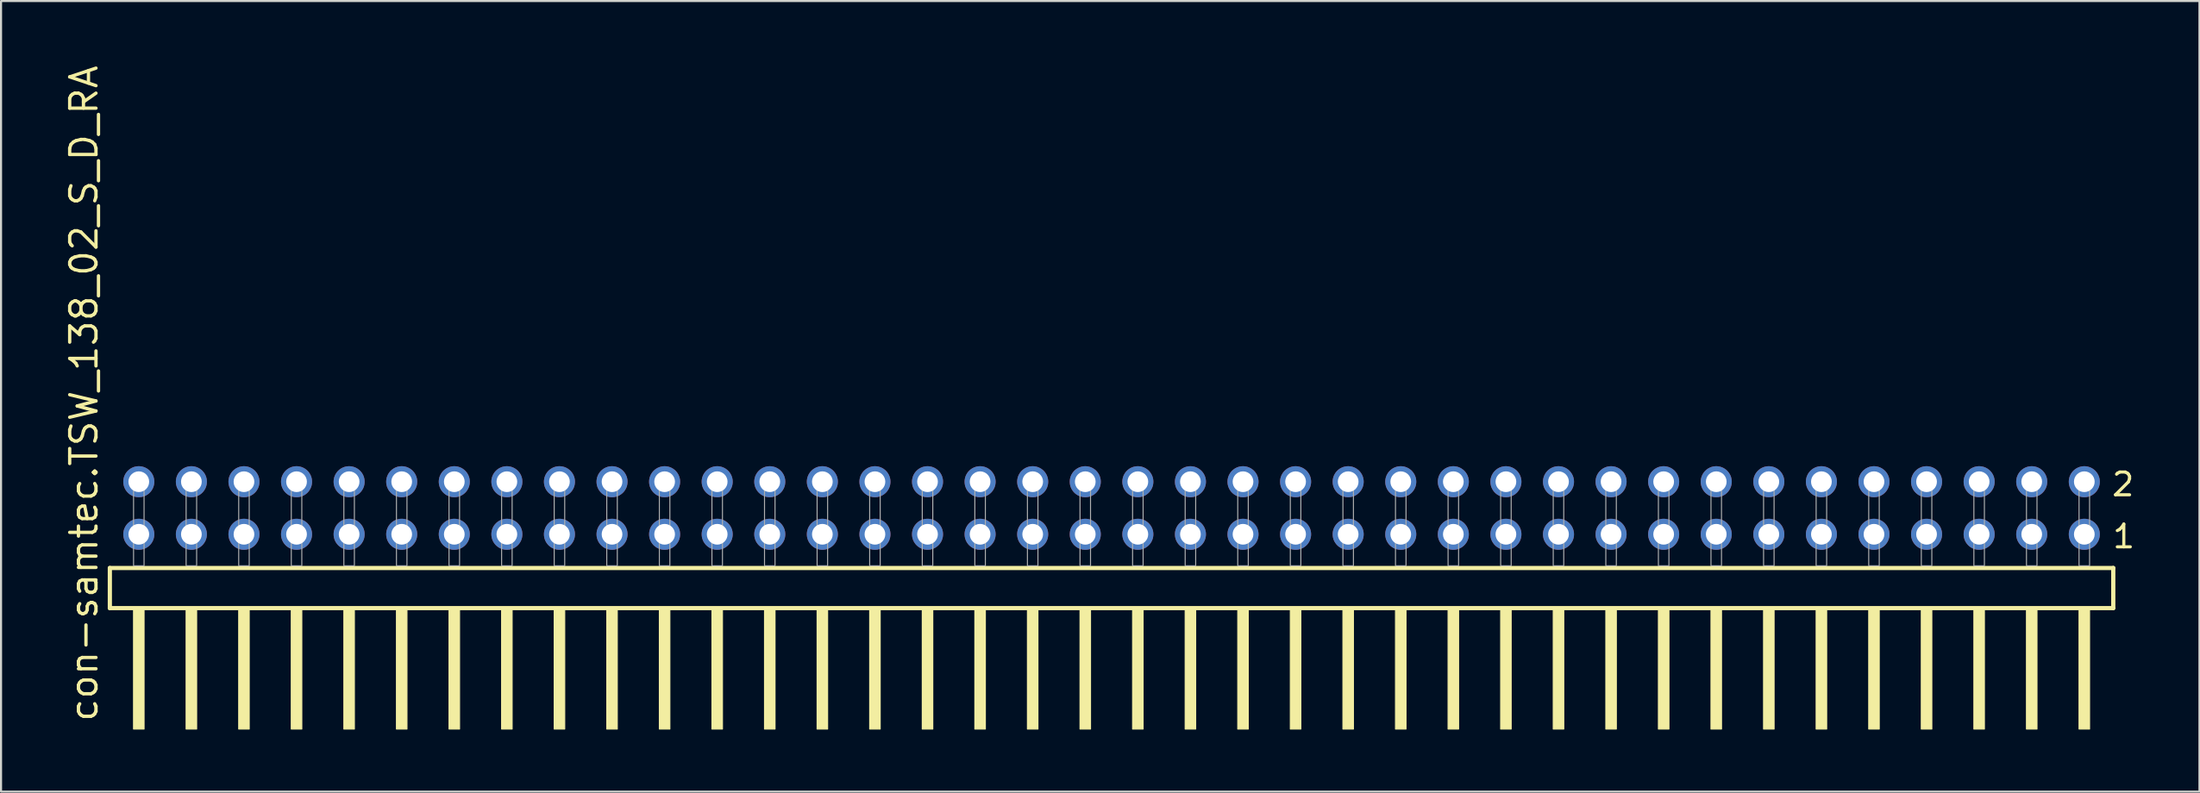
<source format=kicad_pcb>
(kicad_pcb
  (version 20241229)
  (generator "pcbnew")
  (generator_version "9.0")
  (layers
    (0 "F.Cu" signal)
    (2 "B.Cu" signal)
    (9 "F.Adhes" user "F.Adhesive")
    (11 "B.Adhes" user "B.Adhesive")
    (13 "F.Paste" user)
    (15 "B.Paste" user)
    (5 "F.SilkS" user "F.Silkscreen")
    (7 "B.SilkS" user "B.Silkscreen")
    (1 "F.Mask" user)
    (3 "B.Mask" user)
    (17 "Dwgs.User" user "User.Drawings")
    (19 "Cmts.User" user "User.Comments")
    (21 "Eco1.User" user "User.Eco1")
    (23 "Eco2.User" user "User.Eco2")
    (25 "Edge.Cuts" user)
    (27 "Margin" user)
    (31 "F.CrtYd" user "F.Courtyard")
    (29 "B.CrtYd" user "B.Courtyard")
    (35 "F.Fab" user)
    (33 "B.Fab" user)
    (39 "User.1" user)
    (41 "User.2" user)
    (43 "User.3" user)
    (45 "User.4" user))
  (footprint "con-samtec.TSW_138_02_S_D_RA"
    (layer "F.Cu")
    (at 50.645 24.296)
    (property "Reference" "con-samtec.TSW_138_02_S_D_RA" (at -48.895 7.62 90) (layer "F.SilkS") (effects (font (size 1.27 1.27) (thickness 0.16)) (justify left bottom)))
    (attr through_hole)
    (fp_line (start -48.389 0.106) (end -48.389 2.046) (stroke (width 0.203) (type default)) (layer "F.SilkS"))
    (fp_line (start -48.389 2.046) (end 48.389 2.046) (stroke (width 0.203) (type default)) (layer "F.SilkS"))
    (fp_line (start 48.389 0.106) (end -48.389 0.106) (stroke (width 0.203) (type default)) (layer "F.SilkS"))
    (fp_line (start 48.389 2.046) (end 48.389 0.106) (stroke (width 0.203) (type default)) (layer "F.SilkS"))
    (fp_rect (start -47.244 7.89) (end -46.736 2.04) (stroke (width 0.05) (type default)) (fill yes) (layer "F.SilkS"))
    (fp_rect (start -44.704 7.89) (end -44.196 2.04) (stroke (width 0.05) (type default)) (fill yes) (layer "F.SilkS"))
    (fp_rect (start -42.164 7.89) (end -41.656 2.04) (stroke (width 0.05) (type default)) (fill yes) (layer "F.SilkS"))
    (fp_rect (start -39.624 7.89) (end -39.116 2.04) (stroke (width 0.05) (type default)) (fill yes) (layer "F.SilkS"))
    (fp_rect (start -37.084 7.89) (end -36.576 2.04) (stroke (width 0.05) (type default)) (fill yes) (layer "F.SilkS"))
    (fp_rect (start -34.544 7.89) (end -34.036 2.04) (stroke (width 0.05) (type default)) (fill yes) (layer "F.SilkS"))
    (fp_rect (start -32.004 7.89) (end -31.496 2.04) (stroke (width 0.05) (type default)) (fill yes) (layer "F.SilkS"))
    (fp_rect (start -29.464 7.89) (end -28.956 2.04) (stroke (width 0.05) (type default)) (fill yes) (layer "F.SilkS"))
    (fp_rect (start -26.924 7.89) (end -26.416 2.04) (stroke (width 0.05) (type default)) (fill yes) (layer "F.SilkS"))
    (fp_rect (start -24.384 7.89) (end -23.876 2.04) (stroke (width 0.05) (type default)) (fill yes) (layer "F.SilkS"))
    (fp_rect (start -21.844 7.89) (end -21.336 2.04) (stroke (width 0.05) (type default)) (fill yes) (layer "F.SilkS"))
    (fp_rect (start -19.304 7.89) (end -18.796 2.04) (stroke (width 0.05) (type default)) (fill yes) (layer "F.SilkS"))
    (fp_rect (start -16.764 7.89) (end -16.256 2.04) (stroke (width 0.05) (type default)) (fill yes) (layer "F.SilkS"))
    (fp_rect (start -14.224 7.89) (end -13.716 2.04) (stroke (width 0.05) (type default)) (fill yes) (layer "F.SilkS"))
    (fp_rect (start -11.684 7.89) (end -11.176 2.04) (stroke (width 0.05) (type default)) (fill yes) (layer "F.SilkS"))
    (fp_rect (start -9.144 7.89) (end -8.636 2.04) (stroke (width 0.05) (type default)) (fill yes) (layer "F.SilkS"))
    (fp_rect (start -6.604 7.89) (end -6.096 2.04) (stroke (width 0.05) (type default)) (fill yes) (layer "F.SilkS"))
    (fp_rect (start -4.064 7.89) (end -3.556 2.04) (stroke (width 0.05) (type default)) (fill yes) (layer "F.SilkS"))
    (fp_rect (start -1.524 7.89) (end -1.016 2.04) (stroke (width 0.05) (type default)) (fill yes) (layer "F.SilkS"))
    (fp_rect (start 1.016 7.89) (end 1.524 2.04) (stroke (width 0.05) (type default)) (fill yes) (layer "F.SilkS"))
    (fp_rect (start 3.556 7.89) (end 4.064 2.04) (stroke (width 0.05) (type default)) (fill yes) (layer "F.SilkS"))
    (fp_rect (start 6.096 7.89) (end 6.604 2.04) (stroke (width 0.05) (type default)) (fill yes) (layer "F.SilkS"))
    (fp_rect (start 8.636 7.89) (end 9.144 2.04) (stroke (width 0.05) (type default)) (fill yes) (layer "F.SilkS"))
    (fp_rect (start 11.176 7.89) (end 11.684 2.04) (stroke (width 0.05) (type default)) (fill yes) (layer "F.SilkS"))
    (fp_rect (start 13.716 7.89) (end 14.224 2.04) (stroke (width 0.05) (type default)) (fill yes) (layer "F.SilkS"))
    (fp_rect (start 16.256 7.89) (end 16.764 2.04) (stroke (width 0.05) (type default)) (fill yes) (layer "F.SilkS"))
    (fp_rect (start 18.796 7.89) (end 19.304 2.04) (stroke (width 0.05) (type default)) (fill yes) (layer "F.SilkS"))
    (fp_rect (start 21.336 7.89) (end 21.844 2.04) (stroke (width 0.05) (type default)) (fill yes) (layer "F.SilkS"))
    (fp_rect (start 23.876 7.89) (end 24.384 2.04) (stroke (width 0.05) (type default)) (fill yes) (layer "F.SilkS"))
    (fp_rect (start 26.416 7.89) (end 26.924 2.04) (stroke (width 0.05) (type default)) (fill yes) (layer "F.SilkS"))
    (fp_rect (start 28.956 7.89) (end 29.464 2.04) (stroke (width 0.05) (type default)) (fill yes) (layer "F.SilkS"))
    (fp_rect (start 31.496 7.89) (end 32.004 2.04) (stroke (width 0.05) (type default)) (fill yes) (layer "F.SilkS"))
    (fp_rect (start 34.036 7.89) (end 34.544 2.04) (stroke (width 0.05) (type default)) (fill yes) (layer "F.SilkS"))
    (fp_rect (start 36.576 7.89) (end 37.084 2.04) (stroke (width 0.05) (type default)) (fill yes) (layer "F.SilkS"))
    (fp_rect (start 39.116 7.89) (end 39.624 2.04) (stroke (width 0.05) (type default)) (fill yes) (layer "F.SilkS"))
    (fp_rect (start 41.656 7.89) (end 42.164 2.04) (stroke (width 0.05) (type default)) (fill yes) (layer "F.SilkS"))
    (fp_rect (start 44.196 7.89) (end 44.704 2.04) (stroke (width 0.05) (type default)) (fill yes) (layer "F.SilkS"))
    (fp_rect (start 46.736 7.89) (end 47.244 2.04) (stroke (width 0.05) (type default)) (fill yes) (layer "F.SilkS"))
    (fp_rect (start -47.244 0) (end -46.736 -4.318) (stroke (width 0.05) (type default)) (fill no) (layer "F.Fab"))
    (fp_rect (start -44.704 0) (end -44.196 -4.318) (stroke (width 0.05) (type default)) (fill no) (layer "F.Fab"))
    (fp_rect (start -42.164 0) (end -41.656 -4.318) (stroke (width 0.05) (type default)) (fill no) (layer "F.Fab"))
    (fp_rect (start -39.624 0) (end -39.116 -4.318) (stroke (width 0.05) (type default)) (fill no) (layer "F.Fab"))
    (fp_rect (start -37.084 0) (end -36.576 -4.318) (stroke (width 0.05) (type default)) (fill no) (layer "F.Fab"))
    (fp_rect (start -34.544 0) (end -34.036 -4.318) (stroke (width 0.05) (type default)) (fill no) (layer "F.Fab"))
    (fp_rect (start -32.004 0) (end -31.496 -4.318) (stroke (width 0.05) (type default)) (fill no) (layer "F.Fab"))
    (fp_rect (start -29.464 0) (end -28.956 -4.318) (stroke (width 0.05) (type default)) (fill no) (layer "F.Fab"))
    (fp_rect (start -26.924 0) (end -26.416 -4.318) (stroke (width 0.05) (type default)) (fill no) (layer "F.Fab"))
    (fp_rect (start -24.384 0) (end -23.876 -4.318) (stroke (width 0.05) (type default)) (fill no) (layer "F.Fab"))
    (fp_rect (start -21.844 0) (end -21.336 -4.318) (stroke (width 0.05) (type default)) (fill no) (layer "F.Fab"))
    (fp_rect (start -19.304 0) (end -18.796 -4.318) (stroke (width 0.05) (type default)) (fill no) (layer "F.Fab"))
    (fp_rect (start -16.764 0) (end -16.256 -4.318) (stroke (width 0.05) (type default)) (fill no) (layer "F.Fab"))
    (fp_rect (start -14.224 0) (end -13.716 -4.318) (stroke (width 0.05) (type default)) (fill no) (layer "F.Fab"))
    (fp_rect (start -11.684 0) (end -11.176 -4.318) (stroke (width 0.05) (type default)) (fill no) (layer "F.Fab"))
    (fp_rect (start -9.144 0) (end -8.636 -4.318) (stroke (width 0.05) (type default)) (fill no) (layer "F.Fab"))
    (fp_rect (start -6.604 0) (end -6.096 -4.318) (stroke (width 0.05) (type default)) (fill no) (layer "F.Fab"))
    (fp_rect (start -4.064 0) (end -3.556 -4.318) (stroke (width 0.05) (type default)) (fill no) (layer "F.Fab"))
    (fp_rect (start -1.524 0) (end -1.016 -4.318) (stroke (width 0.05) (type default)) (fill no) (layer "F.Fab"))
    (fp_rect (start 1.016 0) (end 1.524 -4.318) (stroke (width 0.05) (type default)) (fill no) (layer "F.Fab"))
    (fp_rect (start 3.556 0) (end 4.064 -4.318) (stroke (width 0.05) (type default)) (fill no) (layer "F.Fab"))
    (fp_rect (start 6.096 0) (end 6.604 -4.318) (stroke (width 0.05) (type default)) (fill no) (layer "F.Fab"))
    (fp_rect (start 8.636 0) (end 9.144 -4.318) (stroke (width 0.05) (type default)) (fill no) (layer "F.Fab"))
    (fp_rect (start 11.176 0) (end 11.684 -4.318) (stroke (width 0.05) (type default)) (fill no) (layer "F.Fab"))
    (fp_rect (start 13.716 0) (end 14.224 -4.318) (stroke (width 0.05) (type default)) (fill no) (layer "F.Fab"))
    (fp_rect (start 16.256 0) (end 16.764 -4.318) (stroke (width 0.05) (type default)) (fill no) (layer "F.Fab"))
    (fp_rect (start 18.796 0) (end 19.304 -4.318) (stroke (width 0.05) (type default)) (fill no) (layer "F.Fab"))
    (fp_rect (start 21.336 0) (end 21.844 -4.318) (stroke (width 0.05) (type default)) (fill no) (layer "F.Fab"))
    (fp_rect (start 23.876 0) (end 24.384 -4.318) (stroke (width 0.05) (type default)) (fill no) (layer "F.Fab"))
    (fp_rect (start 26.416 0) (end 26.924 -4.318) (stroke (width 0.05) (type default)) (fill no) (layer "F.Fab"))
    (fp_rect (start 28.956 0) (end 29.464 -4.318) (stroke (width 0.05) (type default)) (fill no) (layer "F.Fab"))
    (fp_rect (start 31.496 0) (end 32.004 -4.318) (stroke (width 0.05) (type default)) (fill no) (layer "F.Fab"))
    (fp_rect (start 34.036 0) (end 34.544 -4.318) (stroke (width 0.05) (type default)) (fill no) (layer "F.Fab"))
    (fp_rect (start 36.576 0) (end 37.084 -4.318) (stroke (width 0.05) (type default)) (fill no) (layer "F.Fab"))
    (fp_rect (start 39.116 0) (end 39.624 -4.318) (stroke (width 0.05) (type default)) (fill no) (layer "F.Fab"))
    (fp_rect (start 41.656 0) (end 42.164 -4.318) (stroke (width 0.05) (type default)) (fill no) (layer "F.Fab"))
    (fp_rect (start 44.196 0) (end 44.704 -4.318) (stroke (width 0.05) (type default)) (fill no) (layer "F.Fab"))
    (fp_rect (start 46.736 0) (end 47.244 -4.318) (stroke (width 0.05) (type default)) (fill no) (layer "F.Fab"))
    (fp_text user "1" (at 48.275 -0.775 0) (layer "F.SilkS") (effects (font (size 1.1 1.1) (thickness 0.15)) (justify left bottom)))
    (fp_text user "2" (at 48.24 -3.29 0) (layer "F.SilkS") (effects (font (size 1.1 1.1) (thickness 0.15)) (justify left bottom)))
    (pad "1" thru_hole circle (at 46.99 -1.524 180) (size 1.5 1.5) (drill 1) (layers "*.Cu" "*.Mask"))
    (pad "2" thru_hole circle (at 46.99 -4.064 180) (size 1.5 1.5) (drill 1) (layers "*.Cu" "*.Mask"))
    (pad "3" thru_hole circle (at 44.45 -1.524 180) (size 1.5 1.5) (drill 1) (layers "*.Cu" "*.Mask"))
    (pad "4" thru_hole circle (at 44.45 -4.064 180) (size 1.5 1.5) (drill 1) (layers "*.Cu" "*.Mask"))
    (pad "5" thru_hole circle (at 41.91 -1.524 180) (size 1.5 1.5) (drill 1) (layers "*.Cu" "*.Mask"))
    (pad "6" thru_hole circle (at 41.91 -4.064 180) (size 1.5 1.5) (drill 1) (layers "*.Cu" "*.Mask"))
    (pad "7" thru_hole circle (at 39.37 -1.524 180) (size 1.5 1.5) (drill 1) (layers "*.Cu" "*.Mask"))
    (pad "8" thru_hole circle (at 39.37 -4.064 180) (size 1.5 1.5) (drill 1) (layers "*.Cu" "*.Mask"))
    (pad "9" thru_hole circle (at 36.83 -1.524 180) (size 1.5 1.5) (drill 1) (layers "*.Cu" "*.Mask"))
    (pad "10" thru_hole circle (at 36.83 -4.064 180) (size 1.5 1.5) (drill 1) (layers "*.Cu" "*.Mask"))
    (pad "11" thru_hole circle (at 34.29 -1.524 180) (size 1.5 1.5) (drill 1) (layers "*.Cu" "*.Mask"))
    (pad "12" thru_hole circle (at 34.29 -4.064 180) (size 1.5 1.5) (drill 1) (layers "*.Cu" "*.Mask"))
    (pad "13" thru_hole circle (at 31.75 -1.524 180) (size 1.5 1.5) (drill 1) (layers "*.Cu" "*.Mask"))
    (pad "14" thru_hole circle (at 31.75 -4.064 180) (size 1.5 1.5) (drill 1) (layers "*.Cu" "*.Mask"))
    (pad "15" thru_hole circle (at 29.21 -1.524 180) (size 1.5 1.5) (drill 1) (layers "*.Cu" "*.Mask"))
    (pad "16" thru_hole circle (at 29.21 -4.064 180) (size 1.5 1.5) (drill 1) (layers "*.Cu" "*.Mask"))
    (pad "17" thru_hole circle (at 26.67 -1.524 180) (size 1.5 1.5) (drill 1) (layers "*.Cu" "*.Mask"))
    (pad "18" thru_hole circle (at 26.67 -4.064 180) (size 1.5 1.5) (drill 1) (layers "*.Cu" "*.Mask"))
    (pad "19" thru_hole circle (at 24.13 -1.524 180) (size 1.5 1.5) (drill 1) (layers "*.Cu" "*.Mask"))
    (pad "20" thru_hole circle (at 24.13 -4.064 180) (size 1.5 1.5) (drill 1) (layers "*.Cu" "*.Mask"))
    (pad "21" thru_hole circle (at 21.59 -1.524 180) (size 1.5 1.5) (drill 1) (layers "*.Cu" "*.Mask"))
    (pad "22" thru_hole circle (at 21.59 -4.064 180) (size 1.5 1.5) (drill 1) (layers "*.Cu" "*.Mask"))
    (pad "23" thru_hole circle (at 19.05 -1.524 180) (size 1.5 1.5) (drill 1) (layers "*.Cu" "*.Mask"))
    (pad "24" thru_hole circle (at 19.05 -4.064 180) (size 1.5 1.5) (drill 1) (layers "*.Cu" "*.Mask"))
    (pad "25" thru_hole circle (at 16.51 -1.524 180) (size 1.5 1.5) (drill 1) (layers "*.Cu" "*.Mask"))
    (pad "26" thru_hole circle (at 16.51 -4.064 180) (size 1.5 1.5) (drill 1) (layers "*.Cu" "*.Mask"))
    (pad "27" thru_hole circle (at 13.97 -1.524 180) (size 1.5 1.5) (drill 1) (layers "*.Cu" "*.Mask"))
    (pad "28" thru_hole circle (at 13.97 -4.064 180) (size 1.5 1.5) (drill 1) (layers "*.Cu" "*.Mask"))
    (pad "29" thru_hole circle (at 11.43 -1.524 180) (size 1.5 1.5) (drill 1) (layers "*.Cu" "*.Mask"))
    (pad "30" thru_hole circle (at 11.43 -4.064 180) (size 1.5 1.5) (drill 1) (layers "*.Cu" "*.Mask"))
    (pad "31" thru_hole circle (at 8.89 -1.524 180) (size 1.5 1.5) (drill 1) (layers "*.Cu" "*.Mask"))
    (pad "32" thru_hole circle (at 8.89 -4.064 180) (size 1.5 1.5) (drill 1) (layers "*.Cu" "*.Mask"))
    (pad "33" thru_hole circle (at 6.35 -1.524 180) (size 1.5 1.5) (drill 1) (layers "*.Cu" "*.Mask"))
    (pad "34" thru_hole circle (at 6.35 -4.064 180) (size 1.5 1.5) (drill 1) (layers "*.Cu" "*.Mask"))
    (pad "35" thru_hole circle (at 3.81 -1.524 180) (size 1.5 1.5) (drill 1) (layers "*.Cu" "*.Mask"))
    (pad "36" thru_hole circle (at 3.81 -4.064 180) (size 1.5 1.5) (drill 1) (layers "*.Cu" "*.Mask"))
    (pad "37" thru_hole circle (at 1.27 -1.524 180) (size 1.5 1.5) (drill 1) (layers "*.Cu" "*.Mask"))
    (pad "38" thru_hole circle (at 1.27 -4.064 180) (size 1.5 1.5) (drill 1) (layers "*.Cu" "*.Mask"))
    (pad "39" thru_hole circle (at -1.27 -1.524 180) (size 1.5 1.5) (drill 1) (layers "*.Cu" "*.Mask"))
    (pad "40" thru_hole circle (at -1.27 -4.064 180) (size 1.5 1.5) (drill 1) (layers "*.Cu" "*.Mask"))
    (pad "41" thru_hole circle (at -3.81 -1.524 180) (size 1.5 1.5) (drill 1) (layers "*.Cu" "*.Mask"))
    (pad "42" thru_hole circle (at -3.81 -4.064 180) (size 1.5 1.5) (drill 1) (layers "*.Cu" "*.Mask"))
    (pad "43" thru_hole circle (at -6.35 -1.524 180) (size 1.5 1.5) (drill 1) (layers "*.Cu" "*.Mask"))
    (pad "44" thru_hole circle (at -6.35 -4.064 180) (size 1.5 1.5) (drill 1) (layers "*.Cu" "*.Mask"))
    (pad "45" thru_hole circle (at -8.89 -1.524 180) (size 1.5 1.5) (drill 1) (layers "*.Cu" "*.Mask"))
    (pad "46" thru_hole circle (at -8.89 -4.064 180) (size 1.5 1.5) (drill 1) (layers "*.Cu" "*.Mask"))
    (pad "47" thru_hole circle (at -11.43 -1.524 180) (size 1.5 1.5) (drill 1) (layers "*.Cu" "*.Mask"))
    (pad "48" thru_hole circle (at -11.43 -4.064 180) (size 1.5 1.5) (drill 1) (layers "*.Cu" "*.Mask"))
    (pad "49" thru_hole circle (at -13.97 -1.524 180) (size 1.5 1.5) (drill 1) (layers "*.Cu" "*.Mask"))
    (pad "50" thru_hole circle (at -13.97 -4.064 180) (size 1.5 1.5) (drill 1) (layers "*.Cu" "*.Mask"))
    (pad "51" thru_hole circle (at -16.51 -1.524 180) (size 1.5 1.5) (drill 1) (layers "*.Cu" "*.Mask"))
    (pad "52" thru_hole circle (at -16.51 -4.064 180) (size 1.5 1.5) (drill 1) (layers "*.Cu" "*.Mask"))
    (pad "53" thru_hole circle (at -19.05 -1.524 180) (size 1.5 1.5) (drill 1) (layers "*.Cu" "*.Mask"))
    (pad "54" thru_hole circle (at -19.05 -4.064 180) (size 1.5 1.5) (drill 1) (layers "*.Cu" "*.Mask"))
    (pad "55" thru_hole circle (at -21.59 -1.524 180) (size 1.5 1.5) (drill 1) (layers "*.Cu" "*.Mask"))
    (pad "56" thru_hole circle (at -21.59 -4.064 180) (size 1.5 1.5) (drill 1) (layers "*.Cu" "*.Mask"))
    (pad "57" thru_hole circle (at -24.13 -1.524 180) (size 1.5 1.5) (drill 1) (layers "*.Cu" "*.Mask"))
    (pad "58" thru_hole circle (at -24.13 -4.064 180) (size 1.5 1.5) (drill 1) (layers "*.Cu" "*.Mask"))
    (pad "59" thru_hole circle (at -26.67 -1.524 180) (size 1.5 1.5) (drill 1) (layers "*.Cu" "*.Mask"))
    (pad "60" thru_hole circle (at -26.67 -4.064 180) (size 1.5 1.5) (drill 1) (layers "*.Cu" "*.Mask"))
    (pad "61" thru_hole circle (at -29.21 -1.524 180) (size 1.5 1.5) (drill 1) (layers "*.Cu" "*.Mask"))
    (pad "62" thru_hole circle (at -29.21 -4.064 180) (size 1.5 1.5) (drill 1) (layers "*.Cu" "*.Mask"))
    (pad "63" thru_hole circle (at -31.75 -1.524 180) (size 1.5 1.5) (drill 1) (layers "*.Cu" "*.Mask"))
    (pad "64" thru_hole circle (at -31.75 -4.064 180) (size 1.5 1.5) (drill 1) (layers "*.Cu" "*.Mask"))
    (pad "65" thru_hole circle (at -34.29 -1.524 180) (size 1.5 1.5) (drill 1) (layers "*.Cu" "*.Mask"))
    (pad "66" thru_hole circle (at -34.29 -4.064 180) (size 1.5 1.5) (drill 1) (layers "*.Cu" "*.Mask"))
    (pad "67" thru_hole circle (at -36.83 -1.524 180) (size 1.5 1.5) (drill 1) (layers "*.Cu" "*.Mask"))
    (pad "68" thru_hole circle (at -36.83 -4.064 180) (size 1.5 1.5) (drill 1) (layers "*.Cu" "*.Mask"))
    (pad "69" thru_hole circle (at -39.37 -1.524 180) (size 1.5 1.5) (drill 1) (layers "*.Cu" "*.Mask"))
    (pad "70" thru_hole circle (at -39.37 -4.064 180) (size 1.5 1.5) (drill 1) (layers "*.Cu" "*.Mask"))
    (pad "71" thru_hole circle (at -41.91 -1.524 180) (size 1.5 1.5) (drill 1) (layers "*.Cu" "*.Mask"))
    (pad "72" thru_hole circle (at -41.91 -4.064 180) (size 1.5 1.5) (drill 1) (layers "*.Cu" "*.Mask"))
    (pad "73" thru_hole circle (at -44.45 -1.524 180) (size 1.5 1.5) (drill 1) (layers "*.Cu" "*.Mask"))
    (pad "74" thru_hole circle (at -44.45 -4.064 180) (size 1.5 1.5) (drill 1) (layers "*.Cu" "*.Mask"))
    (pad "75" thru_hole circle (at -46.99 -1.524 180) (size 1.5 1.5) (drill 1) (layers "*.Cu" "*.Mask"))
    (pad "76" thru_hole circle (at -46.99 -4.064 180) (size 1.5 1.5) (drill 1) (layers "*.Cu" "*.Mask")))
  (gr_rect
    (start -3 -3)
    (end 103.198 35.211)
    (stroke (width 0.1) (type default))
    (fill no)
    (layer "Edge.Cuts")))
</source>
